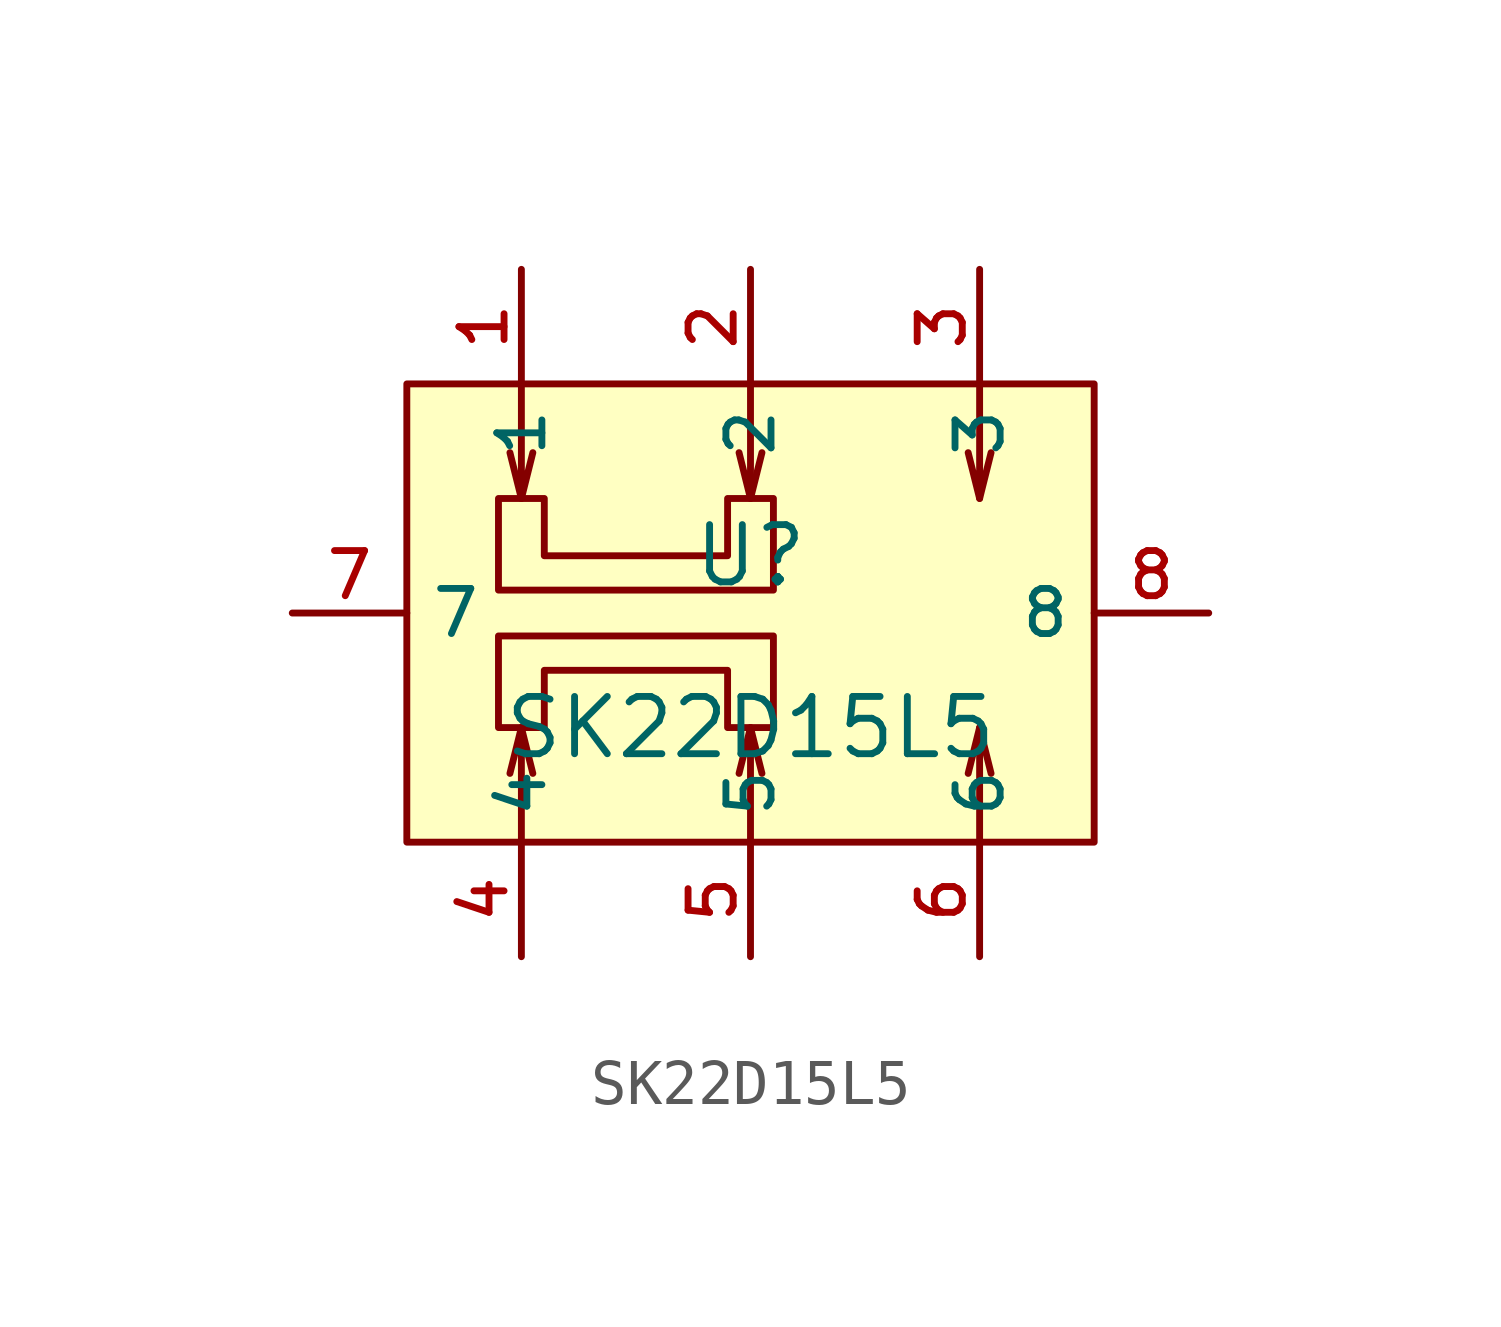
<source format=kicad_sym>
(kicad_symbol_lib
  (version 20210201)
  (generator TousstNicolas/JLC2KiCad_lib)
  (symbol "SK22D15L5"
    (property "Reference" "U"
      (at 0 1.27 0)
      (effects (font (size 1.27 1.27))))
    (property "Value" "SK22D15L5"
      (at 0 -2.54 0)
      (effects (font (size 1.27 1.27))))
    (symbol "SK22D15L5_0_1"
      (pin unspecified line (at 5.08 7.62 270) (length 2.54) (name "3" (effects (font (size 1 1)))) (number "3" (effects (font (size 1 1)))))
      (pin unspecified line (at 0.0 7.62 270) (length 2.54) (name "2" (effects (font (size 1 1)))) (number "2" (effects (font (size 1 1)))))
      (pin unspecified line (at -5.08 7.62 270) (length 2.54) (name "1" (effects (font (size 1 1)))) (number "1" (effects (font (size 1 1)))))
      (polyline (pts (xy 0.0 2.54) (xy 0.254 3.556)) (stroke (width 0) (type default) (color 0 0 0 0)) (fill (type none)))
      (polyline (pts (xy 0.0 5.08) (xy 0.0 2.54) (xy -0.254 3.556)) (stroke (width 0) (type default) (color 0 0 0 0)) (fill (type none)))
      (polyline (pts (xy 5.08 2.54) (xy 5.334 3.556)) (stroke (width 0) (type default) (color 0 0 0 0)) (fill (type none)))
      (polyline (pts (xy 5.08 5.08) (xy 5.08 2.54) (xy 4.826 3.556)) (stroke (width 0) (type default) (color 0 0 0 0)) (fill (type none)))
      (polyline (pts (xy -5.08 2.54) (xy -5.334 3.556)) (stroke (width 0) (type default) (color 0 0 0 0)) (fill (type none)))
      (polyline (pts (xy -5.08 5.08) (xy -5.08 2.54) (xy -4.826 3.556)) (stroke (width 0) (type default) (color 0 0 0 0)) (fill (type none)))
      (polyline (pts (xy -5.588 1.27) (xy -5.588 2.54) (xy -4.572 2.54) (xy -4.572 1.27) (xy -0.508 1.27) (xy -0.508 1.778) (xy -0.508 2.54) (xy 0.508 2.54) (xy 0.508 0.508) (xy -5.588 0.508) (xy -5.588 1.27)) (stroke (width 0) (type default) (color 0 0 0 0)) (fill (type none)))
      (polyline (pts (xy -5.588 -1.27) (xy -5.588 -2.54) (xy -4.572 -2.54) (xy -4.572 -1.27) (xy -0.508 -1.27) (xy -0.508 -1.778) (xy -0.508 -2.54) (xy 0.508 -2.54) (xy 0.508 -0.508) (xy -5.588 -0.508) (xy -5.588 -1.27)) (stroke (width 0) (type default) (color 0 0 0 0)) (fill (type none)))
      (polyline (pts (xy -5.08 -5.08) (xy -5.08 -2.54) (xy -4.826 -3.556)) (stroke (width 0) (type default) (color 0 0 0 0)) (fill (type none)))
      (polyline (pts (xy -5.08 -2.54) (xy -5.334 -3.556)) (stroke (width 0) (type default) (color 0 0 0 0)) (fill (type none)))
      (polyline (pts (xy 5.08 -5.08) (xy 5.08 -2.54) (xy 4.826 -3.556)) (stroke (width 0) (type default) (color 0 0 0 0)) (fill (type none)))
      (polyline (pts (xy 5.08 -2.54) (xy 5.334 -3.556)) (stroke (width 0) (type default) (color 0 0 0 0)) (fill (type none)))
      (polyline (pts (xy 0.0 -5.08) (xy 0.0 -2.54) (xy -0.254 -3.556)) (stroke (width 0) (type default) (color 0 0 0 0)) (fill (type none)))
      (polyline (pts (xy 0.0 -2.54) (xy 0.254 -3.556)) (stroke (width 0) (type default) (color 0 0 0 0)) (fill (type none)))
      (pin unspecified line (at -5.08 -7.62 90) (length 2.54) (name "4" (effects (font (size 1 1)))) (number "4" (effects (font (size 1 1)))))
      (pin unspecified line (at 0.0 -7.62 90) (length 2.54) (name "5" (effects (font (size 1 1)))) (number "5" (effects (font (size 1 1)))))
      (pin unspecified line (at 5.08 -7.62 90) (length 2.54) (name "6" (effects (font (size 1 1)))) (number "6" (effects (font (size 1 1)))))
      (rectangle (start -7.62 5.08) (end 7.62 -5.08) (stroke (width 0) (type default) (color 0 0 0 0)) (fill (type background)))
      (pin unspecified line (at -10.16 -0.0 0) (length 2.54) (name "7" (effects (font (size 1 1)))) (number "7" (effects (font (size 1 1)))))
      (pin unspecified line (at 10.16 -0.0 180) (length 2.54) (name "8" (effects (font (size 1 1)))) (number "8" (effects (font (size 1 1))))))))
</source>
